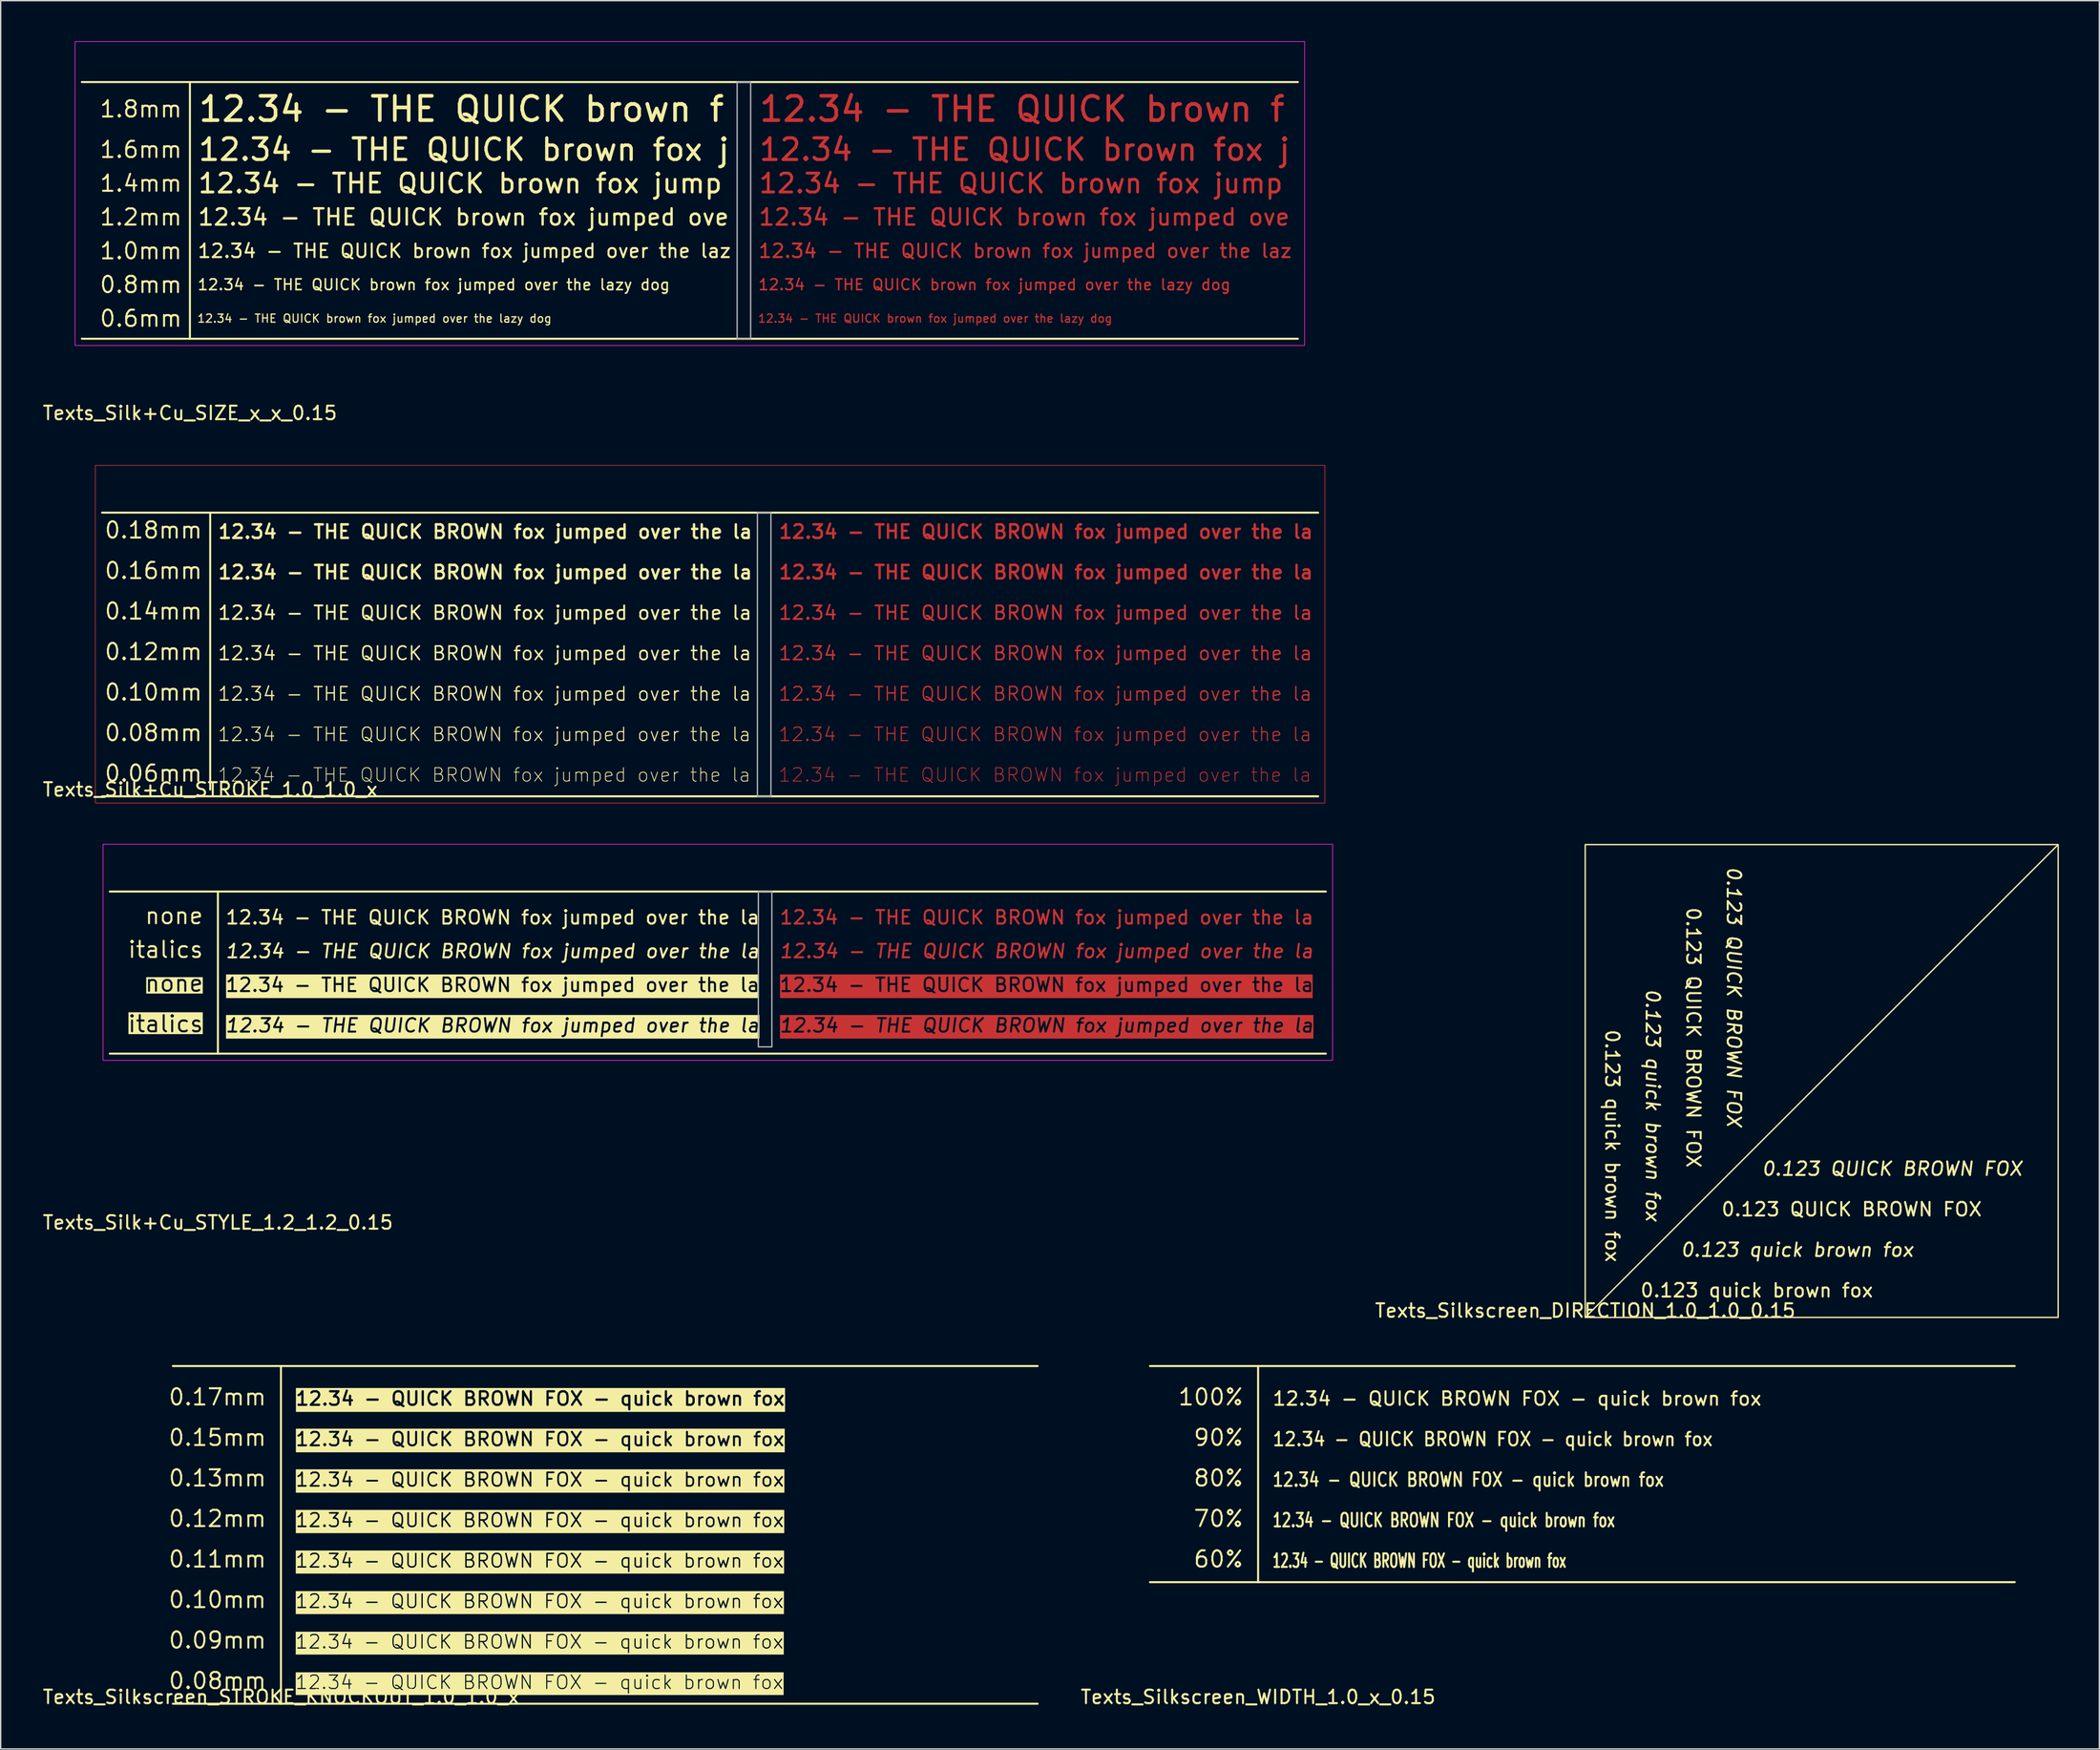
<source format=kicad_pcb>
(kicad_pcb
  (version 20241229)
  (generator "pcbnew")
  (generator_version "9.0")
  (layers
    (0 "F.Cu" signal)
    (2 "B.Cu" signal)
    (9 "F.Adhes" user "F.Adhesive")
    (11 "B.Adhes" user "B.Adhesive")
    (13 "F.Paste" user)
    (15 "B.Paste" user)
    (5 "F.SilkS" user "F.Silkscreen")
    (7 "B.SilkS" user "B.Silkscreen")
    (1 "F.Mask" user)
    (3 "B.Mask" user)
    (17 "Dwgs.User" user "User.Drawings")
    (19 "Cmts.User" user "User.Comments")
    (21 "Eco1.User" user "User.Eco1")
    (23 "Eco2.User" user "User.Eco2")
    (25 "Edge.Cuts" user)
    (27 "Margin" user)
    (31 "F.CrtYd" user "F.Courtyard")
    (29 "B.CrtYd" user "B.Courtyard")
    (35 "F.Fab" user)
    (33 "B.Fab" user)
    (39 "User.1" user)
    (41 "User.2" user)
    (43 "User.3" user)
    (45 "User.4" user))
  (footprint "Texts_Silkscreen_DIRECTION_1.0_1.0_0.15"
    (layer "F.Cu")
    (at 114.275 94.473)
    (property "Reference" "Texts_Silkscreen_DIRECTION_1.0_1.0_0.15" (at 0 -0.5 0) (unlocked yes) (layer "F.SilkS") (effects (font (size 1 1) (thickness 0.15))))
    (fp_line (start 0 0) (end 34.972 -34.972) (stroke (width 0.1) (type default)) (layer "F.SilkS"))
    (fp_rect (start 0 -35) (end 35 0) (stroke (width 0.1) (type default)) (fill no) (layer "F.SilkS"))
    (fp_text user "0.123 QUICK BROWN FOX" (at 8 -11 270) (unlocked yes) (layer "F.SilkS") (effects (font (size 1 1) (thickness 0.15)) (justify right)))
    (fp_text user "0.123 quick brown fox" (at 2 -4 270) (unlocked yes) (layer "F.SilkS") (effects (font (size 1 1) (thickness 0.15)) (justify right)))
    (fp_text user "0.123 quick brown fox" (at 7 -5 0) (unlocked yes) (layer "F.SilkS") (effects (font (size 1 1) (thickness 0.15) (italic yes)) (justify left)))
    (fp_text user "0.123 quick brown fox " (at 4 -2 0) (unlocked yes) (layer "F.SilkS") (effects (font (size 1 1) (thickness 0.15)) (justify left)))
    (fp_text user "0.123 QUICK BROWN FOX" (at 10 -8 0) (unlocked yes) (layer "F.SilkS") (effects (font (size 1 1) (thickness 0.15)) (justify left)))
    (fp_text user "0.123 quick brown fox" (at 5 -7 270) (unlocked yes) (layer "F.SilkS") (effects (font (size 1 1) (thickness 0.15) (italic yes)) (justify right)))
    (fp_text user "0.123 QUICK BROWN FOX" (at 13 -11 0) (unlocked yes) (layer "F.SilkS") (effects (font (size 1 1) (thickness 0.15) (italic yes)) (justify left)))
    (fp_text user "0.123 QUICK BROWN FOX" (at 11 -14 270) (unlocked yes) (layer "F.SilkS") (effects (font (size 1 1) (thickness 0.15) (italic yes)) (justify right))))
  (footprint "Texts_Silkscreen_WIDTH_1.0_x_0.15"
    (layer "F.Cu")
    (at 90.063 98.072)
    (property "Reference" "Texts_Silkscreen_WIDTH_1.0_x_0.15" (at 0 24.5 0) (unlocked yes) (layer "F.SilkS") (effects (font (size 1 1) (thickness 0.15))))
    (fp_line (start -8 0) (end 56 0) (stroke (width 0.15) (type default)) (layer "F.SilkS"))
    (fp_line (start -8 16) (end 56 16) (stroke (width 0.15) (type default)) (layer "F.SilkS"))
    (fp_line (start 0 16) (end 0 0) (stroke (width 0.15) (type default)) (layer "F.SilkS"))
    (fp_text user "12.34 - QUICK BROWN FOX - quick brown fox " (at 1 15 0) (unlocked yes) (layer "F.SilkS") (effects (font (size 1 0.6) (thickness 0.15)) (justify left bottom)))
    (fp_text user "12.34 - QUICK BROWN FOX - quick brown fox " (at 1 6 0) (unlocked yes) (layer "F.SilkS") (effects (font (size 1 0.9) (thickness 0.15)) (justify left bottom)))
    (fp_text user "12.34 - QUICK BROWN FOX - quick brown fox " (at 1 9 0) (unlocked yes) (layer "F.SilkS") (effects (font (size 1 0.8) (thickness 0.15)) (justify left bottom)))
    (fp_text user "70%" (at -1 12 0) (unlocked yes) (layer "F.SilkS") (effects (font (size 1.2 1.2) (thickness 0.15)) (justify right bottom)))
    (fp_text user "60%" (at -1 15 0) (unlocked yes) (layer "F.SilkS") (effects (font (size 1.2 1.2) (thickness 0.15)) (justify right bottom)))
    (fp_text user "80%" (at -1 9 0) (unlocked yes) (layer "F.SilkS") (effects (font (size 1.2 1.2) (thickness 0.15)) (justify right bottom)))
    (fp_text user "90%" (at -1 6 0) (unlocked yes) (layer "F.SilkS") (effects (font (size 1.2 1.2) (thickness 0.15)) (justify right bottom)))
    (fp_text user "100%" (at -1 3 0) (unlocked yes) (layer "F.SilkS") (effects (font (size 1.2 1.2) (thickness 0.15)) (justify right bottom)))
    (fp_text user "12.34 - QUICK BROWN FOX - quick brown fox " (at 1 3 0) (unlocked yes) (layer "F.SilkS") (effects (font (size 1 1) (thickness 0.15)) (justify left bottom)))
    (fp_text user "12.34 - QUICK BROWN FOX - quick brown fox " (at 1 12 0) (unlocked yes) (layer "F.SilkS") (effects (font (size 1 0.7) (thickness 0.15)) (justify left bottom))))
  (footprint "Texts_Silk+Cu_SIZE_x_x_0.15"
    (layer "F.Cu")
    (at 11.006 3.025)
    (property "Reference" "Texts_Silk+Cu_SIZE_x_x_0.15" (at 0 24.5 0) (unlocked yes) (layer "F.SilkS") (effects (font (size 1 1) (thickness 0.15))))
    (fp_rect (start 41.5 0.5) (end 82 18.5) (stroke (width 0) (type solid)) (fill yes) (layer "F.Mask"))
    (fp_line (start -8 0) (end 82 0) (stroke (width 0.15) (type default)) (layer "F.SilkS"))
    (fp_line (start -8 19) (end 82 19) (stroke (width 0.15) (type default)) (layer "F.SilkS"))
    (fp_line (start 0 19) (end 0 0) (stroke (width 0.15) (type default)) (layer "F.SilkS"))
    (fp_rect (start -8.5 -3) (end 82.5 19.5) (stroke (width 0.05) (type default)) (fill no) (layer "F.CrtYd"))
    (fp_rect (start 40.5 0) (end 41.5 19) (stroke (width 0.1) (type default)) (fill no) (layer "F.Fab"))
    (fp_text user "12.34 - THE QUICK brown fox j" (at 42 5 0) (unlocked yes) (layer "F.Cu") (effects (font (size 1.6 1.6) (thickness 0.24)) (justify left)))
    (fp_text user "12.34 - THE QUICK brown fox jump" (at 42 7.5 0) (unlocked yes) (layer "F.Cu") (effects (font (size 1.4 1.4) (thickness 0.21)) (justify left)))
    (fp_text user "12.34 - THE QUICK brown fox jumped over the laz" (at 42 12.5 0) (unlocked yes) (layer "F.Cu") (effects (font (size 1 1) (thickness 0.15)) (justify left)))
    (fp_text user "12.34 - THE QUICK brown fox jumped over the lazy dog" (at 42 17.5 0) (unlocked yes) (layer "F.Cu") (effects (font (size 0.6 0.6) (thickness 0.09)) (justify left)))
    (fp_text user "12.34 - THE QUICK brown f" (at 42 2 0) (unlocked yes) (layer "F.Cu") (effects (font (size 1.8 1.8) (thickness 0.27)) (justify left)))
    (fp_text user "12.34 - THE QUICK brown fox jumped ove" (at 42 10 0) (unlocked yes) (layer "F.Cu") (effects (font (size 1.2 1.2) (thickness 0.18)) (justify left)))
    (fp_text user "12.34 - THE QUICK brown fox jumped over the lazy dog" (at 42 15 0) (unlocked yes) (layer "F.Cu") (effects (font (size 0.8 0.8) (thickness 0.12)) (justify left)))
    (fp_text user "12.34 - THE QUICK brown fox jumped ove" (at 0.5 10 0) (unlocked yes) (layer "F.SilkS") (effects (font (size 1.2 1.2) (thickness 0.18)) (justify left)))
    (fp_text user "12.34 - THE QUICK brown fox jumped over the laz" (at 0.5 12.5 0) (unlocked yes) (layer "F.SilkS") (effects (font (size 1 1) (thickness 0.15)) (justify left)))
    (fp_text user "12.34 - THE QUICK brown fox jump" (at 0.5 7.5 0) (unlocked yes) (layer "F.SilkS") (effects (font (size 1.4 1.4) (thickness 0.21)) (justify left)))
    (fp_text user "1.2mm" (at -0.5 10 0) (unlocked yes) (layer "F.SilkS") (effects (font (size 1.2 1.2) (thickness 0.15)) (justify right)))
    (fp_text user "1.8mm" (at -0.5 2 0) (unlocked yes) (layer "F.SilkS") (effects (font (size 1.2 1.2) (thickness 0.15)) (justify right)))
    (fp_text user "12.34 - THE QUICK brown fox j" (at 0.5 5 0) (unlocked yes) (layer "F.SilkS") (effects (font (size 1.6 1.6) (thickness 0.24)) (justify left)))
    (fp_text user "1.0mm" (at -0.5 12.5 0) (unlocked yes) (layer "F.SilkS") (effects (font (size 1.2 1.2) (thickness 0.15)) (justify right)))
    (fp_text user "12.34 - THE QUICK brown fox jumped over the lazy dog" (at 0.5 15 0) (unlocked yes) (layer "F.SilkS") (effects (font (size 0.8 0.8) (thickness 0.12)) (justify left)))
    (fp_text user "12.34 - THE QUICK brown f" (at 0.5 2 0) (unlocked yes) (layer "F.SilkS") (effects (font (size 1.8 1.8) (thickness 0.27)) (justify left)))
    (fp_text user "1.4mm" (at -0.5 7.5 0) (unlocked yes) (layer "F.SilkS") (effects (font (size 1.2 1.2) (thickness 0.15)) (justify right)))
    (fp_text user "0.8mm" (at -0.5 15 0) (unlocked yes) (layer "F.SilkS") (effects (font (size 1.2 1.2) (thickness 0.15)) (justify right)))
    (fp_text user "1.6mm" (at -0.5 5 0) (unlocked yes) (layer "F.SilkS") (effects (font (size 1.2 1.2) (thickness 0.15)) (justify right)))
    (fp_text user "12.34 - THE QUICK brown fox jumped over the lazy dog" (at 0.5 17.5 0) (unlocked yes) (layer "F.SilkS") (effects (font (size 0.6 0.6) (thickness 0.09)) (justify left)))
    (fp_text user "0.6mm" (at -0.5 17.5 0) (unlocked yes) (layer "F.SilkS") (effects (font (size 1.2 1.2) (thickness 0.15)) (justify right))))
  (footprint "Texts_Silkscreen_STROKE_KNOCKOUT_1.0_1.0_x"
    (layer "F.Cu")
    (at 17.744 98.072)
    (property "Reference" "Texts_Silkscreen_STROKE_KNOCKOUT_1.0_1.0_x" (at 0 24.5 0) (unlocked yes) (layer "F.SilkS") (effects (font (size 1 1) (thickness 0.15))))
    (fp_line (start -8 0) (end 56 0) (stroke (width 0.15) (type default)) (layer "F.SilkS"))
    (fp_line (start -8 25) (end 56 25) (stroke (width 0.15) (type default)) (layer "F.SilkS"))
    (fp_line (start 0 25) (end 0 0) (stroke (width 0.15) (type default)) (layer "F.SilkS"))
    (fp_text user "0.12mm" (at -1 12 0) (unlocked yes) (layer "F.SilkS") (effects (font (size 1.2 1.2) (thickness 0.15)) (justify right bottom)))
    (fp_text user "0.11mm" (at -1 15 0) (unlocked yes) (layer "F.SilkS") (effects (font (size 1.2 1.2) (thickness 0.15)) (justify right bottom)))
    (fp_text user "12.34 - QUICK BROWN FOX - quick brown fox " (at 1 24 0) (unlocked yes) (layer "F.SilkS" knockout) (effects (font (size 1 1) (thickness 0.08)) (justify left bottom)))
    (fp_text user "12.34 - QUICK BROWN FOX - quick brown fox " (at 1 9 0) (unlocked yes) (layer "F.SilkS" knockout) (effects (font (size 1 1) (thickness 0.13)) (justify left bottom)))
    (fp_text user "12.34 - QUICK BROWN FOX - quick brown fox " (at 1 12 0) (unlocked yes) (layer "F.SilkS" knockout) (effects (font (size 1 1) (thickness 0.12)) (justify left bottom)))
    (fp_text user "0.15mm" (at -1 6 0) (unlocked yes) (layer "F.SilkS") (effects (font (size 1.2 1.2) (thickness 0.15)) (justify right bottom)))
    (fp_text user "0.09mm" (at -1 21 0) (unlocked yes) (layer "F.SilkS") (effects (font (size 1.2 1.2) (thickness 0.15)) (justify right bottom)))
    (fp_text user "12.34 - QUICK BROWN FOX - quick brown fox " (at 1 21 0) (unlocked yes) (layer "F.SilkS" knockout) (effects (font (size 1 1) (thickness 0.09)) (justify left bottom)))
    (fp_text user "0.10mm" (at -1 18 0) (unlocked yes) (layer "F.SilkS") (effects (font (size 1.2 1.2) (thickness 0.15)) (justify right bottom)))
    (fp_text user "0.13mm" (at -1 9 0) (unlocked yes) (layer "F.SilkS") (effects (font (size 1.2 1.2) (thickness 0.15)) (justify right bottom)))
    (fp_text user "12.34 - QUICK BROWN FOX - quick brown fox " (at 1 18 0) (unlocked yes) (layer "F.SilkS" knockout) (effects (font (size 1 1) (thickness 0.1)) (justify left bottom)))
    (fp_text user "0.08mm" (at -1 24 0) (unlocked yes) (layer "F.SilkS") (effects (font (size 1.2 1.2) (thickness 0.15)) (justify right bottom)))
    (fp_text user "12.34 - QUICK BROWN FOX - quick brown fox " (at 1 15 0) (unlocked yes) (layer "F.SilkS" knockout) (effects (font (size 1 1) (thickness 0.11)) (justify left bottom)))
    (fp_text user "12.34 - QUICK BROWN FOX - quick brown fox " (at 1 6 0) (unlocked yes) (layer "F.SilkS" knockout) (effects (font (size 1 1) (thickness 0.15)) (justify left bottom)))
    (fp_text user "12.34 - QUICK BROWN FOX - quick brown fox " (at 1 3 0) (unlocked yes) (layer "F.SilkS" knockout) (effects (font (size 1 1) (thickness 0.17)) (justify left bottom)))
    (fp_text user "0.17mm" (at -1 3 0) (unlocked yes) (layer "F.SilkS") (effects (font (size 1.2 1.2) (thickness 0.15)) (justify right bottom))))
  (footprint "Texts_Silk+Cu_STROKE_1.0_1.0_x"
    (layer "F.Cu")
    (at 12.506 34.898)
    (property "Reference" "Texts_Silk+Cu_STROKE_1.0_1.0_x" (at 0 20.5 0) (unlocked yes) (layer "F.SilkS") (effects (font (size 1 1) (thickness 0.15))))
    (fp_rect (start -8.5 -3.5) (end 82.5 21.5) (stroke (width 0.05) (type default)) (fill no) (layer "F.Cu"))
    (fp_rect (start 41.5 0.5) (end 82 20.5) (stroke (width 0) (type solid)) (fill yes) (layer "F.Mask"))
    (fp_line (start -8 0) (end 82 0) (stroke (width 0.15) (type default)) (layer "F.SilkS"))
    (fp_line (start -8 21) (end 82 21) (stroke (width 0.15) (type default)) (layer "F.SilkS"))
    (fp_line (start 0 20.5) (end 0 0) (stroke (width 0.15) (type default)) (layer "F.SilkS"))
    (fp_rect (start 40.5 0) (end 41.5 21) (stroke (width 0.1) (type default)) (fill no) (layer "F.Fab"))
    (fp_text user "12.34 - THE QUICK BROWN fox jumped over the la" (at 42 11 0) (unlocked yes) (layer "F.Cu") (effects (font (size 1 1) (thickness 0.12)) (justify left bottom)))
    (fp_text user "12.34 - THE QUICK BROWN fox jumped over the la" (at 42 8 0) (unlocked yes) (layer "F.Cu") (effects (font (size 1 1) (thickness 0.14)) (justify left bottom)))
    (fp_text user "12.34 - THE QUICK BROWN fox jumped over the la" (at 42 14 0) (unlocked yes) (layer "F.Cu") (effects (font (size 1 1) (thickness 0.1)) (justify left bottom)))
    (fp_text user "12.34 - THE QUICK BROWN fox jumped over the la" (at 42 5 0) (unlocked yes) (layer "F.Cu") (effects (font (size 1 1) (thickness 0.18) (bold yes)) (justify left bottom)))
    (fp_text user "12.34 - THE QUICK BROWN fox jumped over the la" (at 42 20 0) (unlocked yes) (layer "F.Cu") (effects (font (size 1 1) (thickness 0.06)) (justify left bottom)))
    (fp_text user "12.34 - THE QUICK BROWN fox jumped over the la" (at 42 17 0) (unlocked yes) (layer "F.Cu") (effects (font (size 1 1) (thickness 0.08)) (justify left bottom)))
    (fp_text user "12.34 - THE QUICK BROWN fox jumped over the la" (at 42 2 0) (unlocked yes) (layer "F.Cu") (effects (font (size 1 1) (thickness 0.18) (bold yes)) (justify left bottom)))
    (fp_text user "12.34 - THE QUICK BROWN fox jumped over the la" (at 0.5 5 0) (unlocked yes) (layer "F.SilkS") (effects (font (size 1 1) (thickness 0.18) (bold yes)) (justify left bottom)))
    (fp_text user "0.06mm" (at -0.5 20 0) (unlocked yes) (layer "F.SilkS") (effects (font (size 1.2 1.2) (thickness 0.15)) (justify right bottom)))
    (fp_text user "12.34 - THE QUICK BROWN fox jumped over the la" (at 0.5 8 0) (unlocked yes) (layer "F.SilkS") (effects (font (size 1 1) (thickness 0.14)) (justify left bottom)))
    (fp_text user "12.34 - THE QUICK BROWN fox jumped over the la" (at 0.5 17 0) (unlocked yes) (layer "F.SilkS") (effects (font (size 1 1) (thickness 0.08)) (justify left bottom)))
    (fp_text user "12.34 - THE QUICK BROWN fox jumped over the la" (at 0.5 11 0) (unlocked yes) (layer "F.SilkS") (effects (font (size 1 1) (thickness 0.12)) (justify left bottom)))
    (fp_text user "12.34 - THE QUICK BROWN fox jumped over the la" (at 0.5 2 0) (unlocked yes) (layer "F.SilkS") (effects (font (size 1 1) (thickness 0.18) (bold yes)) (justify left bottom)))
    (fp_text user "0.12mm" (at -0.5 11 0) (unlocked yes) (layer "F.SilkS") (effects (font (size 1.2 1.2) (thickness 0.15)) (justify right bottom)))
    (fp_text user "0.18mm" (at -0.5 2 0) (unlocked yes) (layer "F.SilkS") (effects (font (size 1.2 1.2) (thickness 0.15)) (justify right bottom)))
    (fp_text user "0.08mm" (at -0.5 17 0) (unlocked yes) (layer "F.SilkS") (effects (font (size 1.2 1.2) (thickness 0.15)) (justify right bottom)))
    (fp_text user "0.16mm" (at -0.5 5 0) (unlocked yes) (layer "F.SilkS") (effects (font (size 1.2 1.2) (thickness 0.15)) (justify right bottom)))
    (fp_text user "0.14mm" (at -0.5 8 0) (unlocked yes) (layer "F.SilkS") (effects (font (size 1.2 1.2) (thickness 0.15)) (justify right bottom)))
    (fp_text user "0.10mm" (at -0.5 14 0) (unlocked yes) (layer "F.SilkS") (effects (font (size 1.2 1.2) (thickness 0.15)) (justify right bottom)))
    (fp_text user "12.34 - THE QUICK BROWN fox jumped over the la" (at 0.5 14 0) (unlocked yes) (layer "F.SilkS") (effects (font (size 1 1) (thickness 0.1)) (justify left bottom)))
    (fp_text user "12.34 - THE QUICK BROWN fox jumped over the la" (at 0.5 20 0) (unlocked yes) (layer "F.SilkS") (effects (font (size 1 1) (thickness 0.06)) (justify left bottom))))
  (footprint "Texts_Silk+Cu_STYLE_1.2_1.2_0.15"
    (layer "F.Cu")
    (at 13.077 62.948)
    (property "Reference" "Texts_Silk+Cu_STYLE_1.2_1.2_0.15" (at 0 24.5 0) (unlocked yes) (layer "F.SilkS") (effects (font (size 1 1) (thickness 0.15))))
    (fp_rect (start 41 0.5) (end 82 11.5) (stroke (width 0) (type solid)) (fill yes) (layer "F.Mask"))
    (fp_line (start -8 0) (end 82 0) (stroke (width 0.15) (type default)) (layer "F.SilkS"))
    (fp_line (start -8 12) (end 82 12) (stroke (width 0.15) (type default)) (layer "F.SilkS"))
    (fp_line (start 0 12) (end 0 0) (stroke (width 0.15) (type default)) (layer "F.SilkS"))
    (fp_rect (start -8.5 -3.5) (end 82.5 12.5) (stroke (width 0.05) (type default)) (fill no) (layer "F.CrtYd"))
    (fp_rect (start 40 0) (end 41 11.5) (stroke (width 0.1) (type default)) (fill no) (layer "F.Fab"))
    (fp_text user "12.34 - THE QUICK BROWN fox jumped over the la" (at 41.5 5 0) (unlocked yes) (layer "F.Cu") (effects (font (size 1 1) (thickness 0.15) (italic yes)) (justify left bottom)))
    (fp_text user "12.34 - THE QUICK BROWN fox jumped over the la" (at 41.5 7.5 0) (unlocked yes) (layer "F.Cu" knockout) (effects (font (size 1 1) (thickness 0.15)) (justify left bottom)))
    (fp_text user "12.34 - THE QUICK BROWN fox jumped over the la" (at 41.5 10.5 0) (unlocked yes) (layer "F.Cu" knockout) (effects (font (size 1 1) (thickness 0.15) (italic yes)) (justify left bottom)))
    (fp_text user "12.34 - THE QUICK BROWN fox jumped over the la" (at 41.5 2.5 0) (unlocked yes) (layer "F.Cu") (effects (font (size 1 1) (thickness 0.15)) (justify left bottom)))
    (fp_text user "none" (at -1 2.5 0) (unlocked yes) (layer "F.SilkS") (effects (font (size 1.2 1.2) (thickness 0.15)) (justify right bottom)))
    (fp_text user "italics" (at -1 10.5 0) (unlocked yes) (layer "F.SilkS" knockout) (effects (font (size 1.2 1.2) (thickness 0.15)) (justify right bottom)))
    (fp_text user "12.34 - THE QUICK BROWN fox jumped over the la" (at 0.5 2.5 0) (unlocked yes) (layer "F.SilkS") (effects (font (size 1 1) (thickness 0.15)) (justify left bottom)))
    (fp_text user "italics" (at -1 5 0) (unlocked yes) (layer "F.SilkS") (effects (font (size 1.2 1.2) (thickness 0.15)) (justify right bottom)))
    (fp_text user "none" (at -1 7.5 0) (unlocked yes) (layer "F.SilkS" knockout) (effects (font (size 1.2 1.2) (thickness 0.15)) (justify right bottom)))
    (fp_text user "12.34 - THE QUICK BROWN fox jumped over the la" (at 0.5 5 0) (unlocked yes) (layer "F.SilkS") (effects (font (size 1 1) (thickness 0.15) (italic yes)) (justify left bottom)))
    (fp_text user "12.34 - THE QUICK BROWN fox jumped over the la" (at 0.5 10.5 0) (unlocked yes) (layer "F.SilkS" knockout) (effects (font (size 1 1) (thickness 0.15) (italic yes)) (justify left bottom)))
    (fp_text user "12.34 - THE QUICK BROWN fox jumped over the la" (at 0.5 7.5 0) (unlocked yes) (layer "F.SilkS" knockout) (effects (font (size 1 1) (thickness 0.15)) (justify left bottom))))
  (gr_rect
    (start -3 -3)
    (end 152.325 126.42)
    (stroke (width 0.1) (type default))
    (fill no)
    (layer "Edge.Cuts")))
</source>
